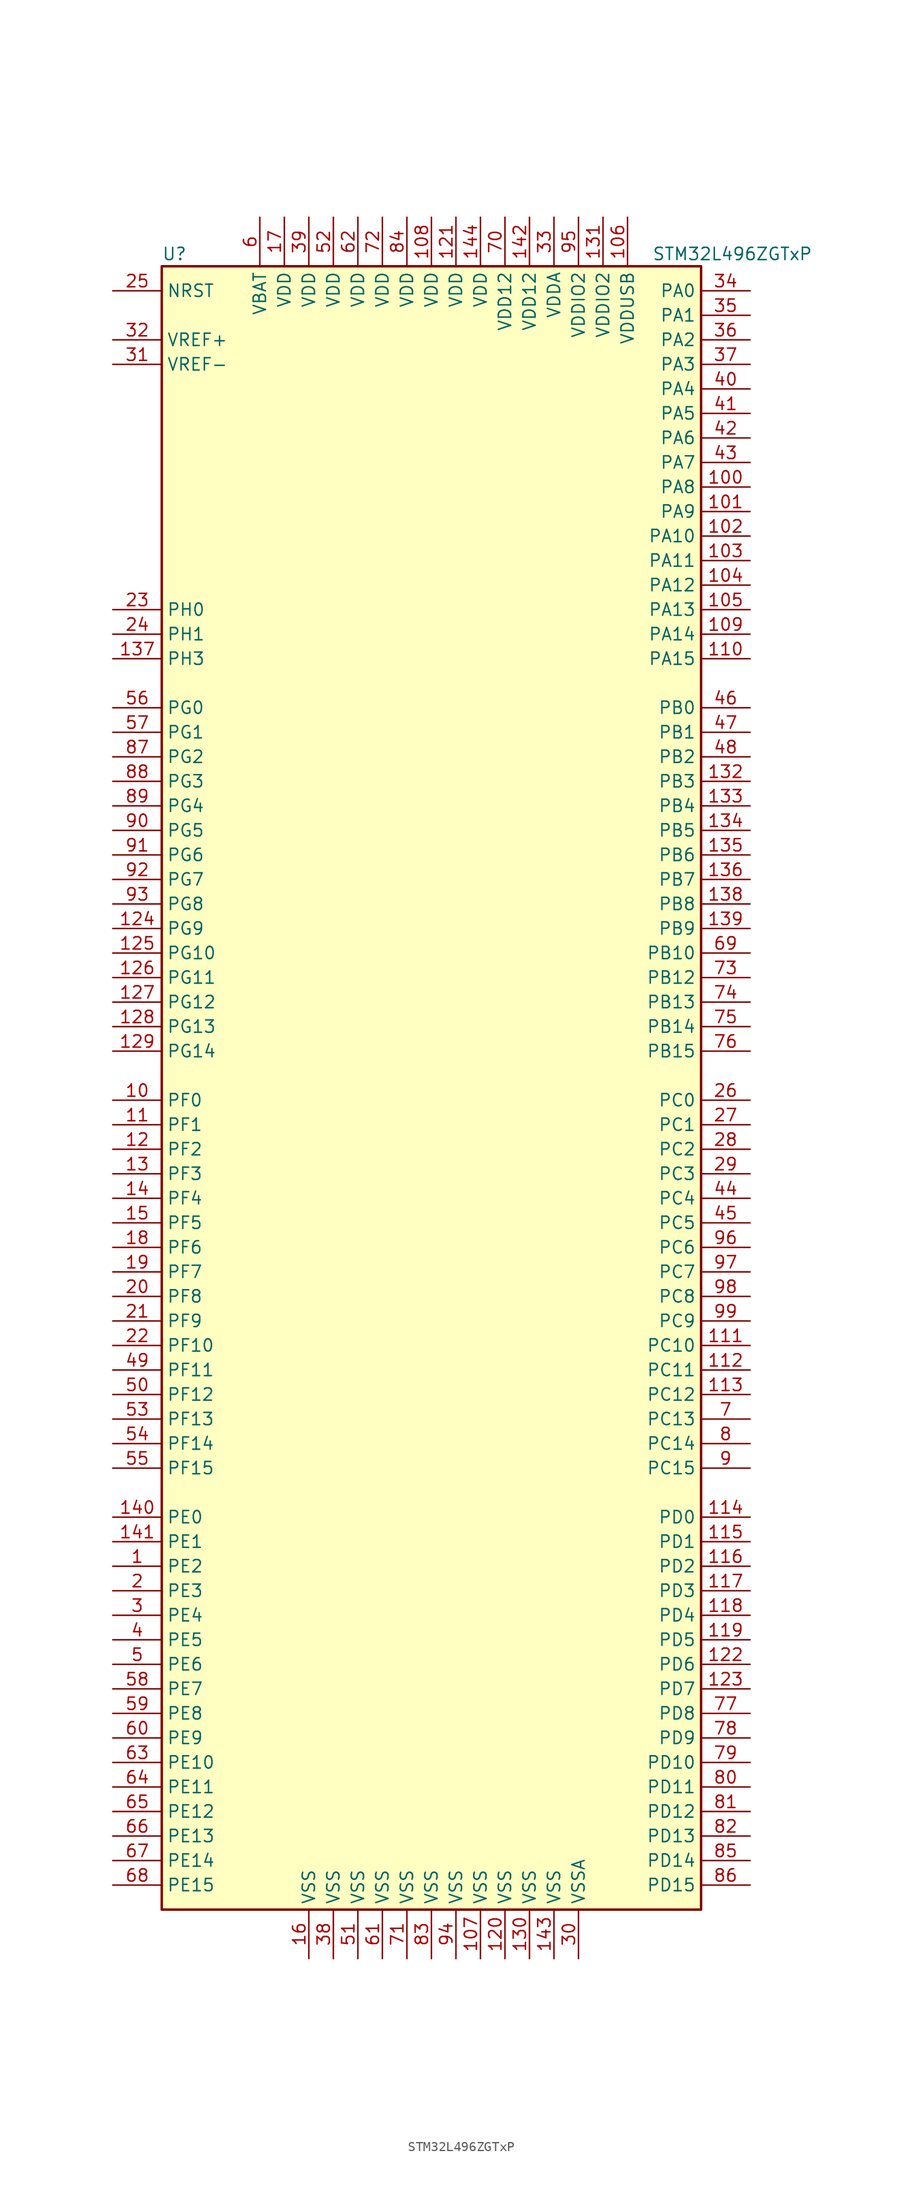
<source format=kicad_sym>
(kicad_symbol_lib
  (version 20201005)
  (generator kicad_symbol_editor)
  (symbol "MCU_ST_STM32L4:STM32L496ZGTxP"
    (property "Reference" "U"
      (at -27.94 85.09 0)
      (effects (font (size 1.27 1.27)) (justify left)))
    (property "Value" "STM32L496ZGTxP"
      (at 22.86 85.09 0)
      (effects (font (size 1.27 1.27)) (justify left)))
    (symbol "STM32L496ZGTxP_0_1"
      (rectangle (start -27.94 -86.36) (end 27.94 83.82) (stroke (width 0.254)) (fill (type background))))
    (symbol "STM32L496ZGTxP_1_1"
      (pin bidirectional line (at -33.02 -50.8 0) (length 5.08) (name "PE2" (effects (font (size 1.27 1.27)))) (number "1" (effects (font (size 1.27 1.27)))))
      (pin bidirectional line (at -33.02 -2.54 0) (length 5.08) (name "PF0" (effects (font (size 1.27 1.27)))) (number "10" (effects (font (size 1.27 1.27)))))
      (pin bidirectional line (at 33.02 60.96 180) (length 5.08) (name "PA8" (effects (font (size 1.27 1.27)))) (number "100" (effects (font (size 1.27 1.27)))))
      (pin bidirectional line (at 33.02 58.42 180) (length 5.08) (name "PA9" (effects (font (size 1.27 1.27)))) (number "101" (effects (font (size 1.27 1.27)))))
      (pin bidirectional line (at 33.02 55.88 180) (length 5.08) (name "PA10" (effects (font (size 1.27 1.27)))) (number "102" (effects (font (size 1.27 1.27)))))
      (pin bidirectional line (at 33.02 53.34 180) (length 5.08) (name "PA11" (effects (font (size 1.27 1.27)))) (number "103" (effects (font (size 1.27 1.27)))))
      (pin bidirectional line (at 33.02 50.8 180) (length 5.08) (name "PA12" (effects (font (size 1.27 1.27)))) (number "104" (effects (font (size 1.27 1.27)))))
      (pin bidirectional line (at 33.02 48.26 180) (length 5.08) (name "PA13" (effects (font (size 1.27 1.27)))) (number "105" (effects (font (size 1.27 1.27)))))
      (pin power_in line (at 20.32 88.9 270) (length 5.08) (name "VDDUSB" (effects (font (size 1.27 1.27)))) (number "106" (effects (font (size 1.27 1.27)))))
      (pin power_in line (at 5.08 -91.44 90) (length 5.08) (name "VSS" (effects (font (size 1.27 1.27)))) (number "107" (effects (font (size 1.27 1.27)))))
      (pin power_in line (at 0 88.9 270) (length 5.08) (name "VDD" (effects (font (size 1.27 1.27)))) (number "108" (effects (font (size 1.27 1.27)))))
      (pin bidirectional line (at 33.02 45.72 180) (length 5.08) (name "PA14" (effects (font (size 1.27 1.27)))) (number "109" (effects (font (size 1.27 1.27)))))
      (pin bidirectional line (at -33.02 -5.08 0) (length 5.08) (name "PF1" (effects (font (size 1.27 1.27)))) (number "11" (effects (font (size 1.27 1.27)))))
      (pin bidirectional line (at 33.02 43.18 180) (length 5.08) (name "PA15" (effects (font (size 1.27 1.27)))) (number "110" (effects (font (size 1.27 1.27)))))
      (pin bidirectional line (at 33.02 -27.94 180) (length 5.08) (name "PC10" (effects (font (size 1.27 1.27)))) (number "111" (effects (font (size 1.27 1.27)))))
      (pin bidirectional line (at 33.02 -30.48 180) (length 5.08) (name "PC11" (effects (font (size 1.27 1.27)))) (number "112" (effects (font (size 1.27 1.27)))))
      (pin bidirectional line (at 33.02 -33.02 180) (length 5.08) (name "PC12" (effects (font (size 1.27 1.27)))) (number "113" (effects (font (size 1.27 1.27)))))
      (pin bidirectional line (at 33.02 -45.72 180) (length 5.08) (name "PD0" (effects (font (size 1.27 1.27)))) (number "114" (effects (font (size 1.27 1.27)))))
      (pin bidirectional line (at 33.02 -48.26 180) (length 5.08) (name "PD1" (effects (font (size 1.27 1.27)))) (number "115" (effects (font (size 1.27 1.27)))))
      (pin bidirectional line (at 33.02 -50.8 180) (length 5.08) (name "PD2" (effects (font (size 1.27 1.27)))) (number "116" (effects (font (size 1.27 1.27)))))
      (pin bidirectional line (at 33.02 -53.34 180) (length 5.08) (name "PD3" (effects (font (size 1.27 1.27)))) (number "117" (effects (font (size 1.27 1.27)))))
      (pin bidirectional line (at 33.02 -55.88 180) (length 5.08) (name "PD4" (effects (font (size 1.27 1.27)))) (number "118" (effects (font (size 1.27 1.27)))))
      (pin bidirectional line (at 33.02 -58.42 180) (length 5.08) (name "PD5" (effects (font (size 1.27 1.27)))) (number "119" (effects (font (size 1.27 1.27)))))
      (pin bidirectional line (at -33.02 -7.62 0) (length 5.08) (name "PF2" (effects (font (size 1.27 1.27)))) (number "12" (effects (font (size 1.27 1.27)))))
      (pin power_in line (at 7.62 -91.44 90) (length 5.08) (name "VSS" (effects (font (size 1.27 1.27)))) (number "120" (effects (font (size 1.27 1.27)))))
      (pin power_in line (at 2.54 88.9 270) (length 5.08) (name "VDD" (effects (font (size 1.27 1.27)))) (number "121" (effects (font (size 1.27 1.27)))))
      (pin bidirectional line (at 33.02 -60.96 180) (length 5.08) (name "PD6" (effects (font (size 1.27 1.27)))) (number "122" (effects (font (size 1.27 1.27)))))
      (pin bidirectional line (at 33.02 -63.5 180) (length 5.08) (name "PD7" (effects (font (size 1.27 1.27)))) (number "123" (effects (font (size 1.27 1.27)))))
      (pin bidirectional line (at -33.02 15.24 0) (length 5.08) (name "PG9" (effects (font (size 1.27 1.27)))) (number "124" (effects (font (size 1.27 1.27)))))
      (pin bidirectional line (at -33.02 12.7 0) (length 5.08) (name "PG10" (effects (font (size 1.27 1.27)))) (number "125" (effects (font (size 1.27 1.27)))))
      (pin bidirectional line (at -33.02 10.16 0) (length 5.08) (name "PG11" (effects (font (size 1.27 1.27)))) (number "126" (effects (font (size 1.27 1.27)))))
      (pin bidirectional line (at -33.02 7.62 0) (length 5.08) (name "PG12" (effects (font (size 1.27 1.27)))) (number "127" (effects (font (size 1.27 1.27)))))
      (pin bidirectional line (at -33.02 5.08 0) (length 5.08) (name "PG13" (effects (font (size 1.27 1.27)))) (number "128" (effects (font (size 1.27 1.27)))))
      (pin bidirectional line (at -33.02 2.54 0) (length 5.08) (name "PG14" (effects (font (size 1.27 1.27)))) (number "129" (effects (font (size 1.27 1.27)))))
      (pin bidirectional line (at -33.02 -10.16 0) (length 5.08) (name "PF3" (effects (font (size 1.27 1.27)))) (number "13" (effects (font (size 1.27 1.27)))))
      (pin power_in line (at 10.16 -91.44 90) (length 5.08) (name "VSS" (effects (font (size 1.27 1.27)))) (number "130" (effects (font (size 1.27 1.27)))))
      (pin power_in line (at 17.78 88.9 270) (length 5.08) (name "VDDIO2" (effects (font (size 1.27 1.27)))) (number "131" (effects (font (size 1.27 1.27)))))
      (pin bidirectional line (at 33.02 30.48 180) (length 5.08) (name "PB3" (effects (font (size 1.27 1.27)))) (number "132" (effects (font (size 1.27 1.27)))))
      (pin bidirectional line (at 33.02 27.94 180) (length 5.08) (name "PB4" (effects (font (size 1.27 1.27)))) (number "133" (effects (font (size 1.27 1.27)))))
      (pin bidirectional line (at 33.02 25.4 180) (length 5.08) (name "PB5" (effects (font (size 1.27 1.27)))) (number "134" (effects (font (size 1.27 1.27)))))
      (pin bidirectional line (at 33.02 22.86 180) (length 5.08) (name "PB6" (effects (font (size 1.27 1.27)))) (number "135" (effects (font (size 1.27 1.27)))))
      (pin bidirectional line (at 33.02 20.32 180) (length 5.08) (name "PB7" (effects (font (size 1.27 1.27)))) (number "136" (effects (font (size 1.27 1.27)))))
      (pin bidirectional line (at -33.02 43.18 0) (length 5.08) (name "PH3" (effects (font (size 1.27 1.27)))) (number "137" (effects (font (size 1.27 1.27)))))
      (pin bidirectional line (at 33.02 17.78 180) (length 5.08) (name "PB8" (effects (font (size 1.27 1.27)))) (number "138" (effects (font (size 1.27 1.27)))))
      (pin bidirectional line (at 33.02 15.24 180) (length 5.08) (name "PB9" (effects (font (size 1.27 1.27)))) (number "139" (effects (font (size 1.27 1.27)))))
      (pin bidirectional line (at -33.02 -12.7 0) (length 5.08) (name "PF4" (effects (font (size 1.27 1.27)))) (number "14" (effects (font (size 1.27 1.27)))))
      (pin bidirectional line (at -33.02 -45.72 0) (length 5.08) (name "PE0" (effects (font (size 1.27 1.27)))) (number "140" (effects (font (size 1.27 1.27)))))
      (pin bidirectional line (at -33.02 -48.26 0) (length 5.08) (name "PE1" (effects (font (size 1.27 1.27)))) (number "141" (effects (font (size 1.27 1.27)))))
      (pin power_in line (at 10.16 88.9 270) (length 5.08) (name "VDD12" (effects (font (size 1.27 1.27)))) (number "142" (effects (font (size 1.27 1.27)))))
      (pin power_in line (at 12.7 -91.44 90) (length 5.08) (name "VSS" (effects (font (size 1.27 1.27)))) (number "143" (effects (font (size 1.27 1.27)))))
      (pin power_in line (at 5.08 88.9 270) (length 5.08) (name "VDD" (effects (font (size 1.27 1.27)))) (number "144" (effects (font (size 1.27 1.27)))))
      (pin bidirectional line (at -33.02 -15.24 0) (length 5.08) (name "PF5" (effects (font (size 1.27 1.27)))) (number "15" (effects (font (size 1.27 1.27)))))
      (pin power_in line (at -12.7 -91.44 90) (length 5.08) (name "VSS" (effects (font (size 1.27 1.27)))) (number "16" (effects (font (size 1.27 1.27)))))
      (pin power_in line (at -15.24 88.9 270) (length 5.08) (name "VDD" (effects (font (size 1.27 1.27)))) (number "17" (effects (font (size 1.27 1.27)))))
      (pin bidirectional line (at -33.02 -17.78 0) (length 5.08) (name "PF6" (effects (font (size 1.27 1.27)))) (number "18" (effects (font (size 1.27 1.27)))))
      (pin bidirectional line (at -33.02 -20.32 0) (length 5.08) (name "PF7" (effects (font (size 1.27 1.27)))) (number "19" (effects (font (size 1.27 1.27)))))
      (pin bidirectional line (at -33.02 -53.34 0) (length 5.08) (name "PE3" (effects (font (size 1.27 1.27)))) (number "2" (effects (font (size 1.27 1.27)))))
      (pin bidirectional line (at -33.02 -22.86 0) (length 5.08) (name "PF8" (effects (font (size 1.27 1.27)))) (number "20" (effects (font (size 1.27 1.27)))))
      (pin bidirectional line (at -33.02 -25.4 0) (length 5.08) (name "PF9" (effects (font (size 1.27 1.27)))) (number "21" (effects (font (size 1.27 1.27)))))
      (pin bidirectional line (at -33.02 -27.94 0) (length 5.08) (name "PF10" (effects (font (size 1.27 1.27)))) (number "22" (effects (font (size 1.27 1.27)))))
      (pin input line (at -33.02 48.26 0) (length 5.08) (name "PH0" (effects (font (size 1.27 1.27)))) (number "23" (effects (font (size 1.27 1.27)))))
      (pin input line (at -33.02 45.72 0) (length 5.08) (name "PH1" (effects (font (size 1.27 1.27)))) (number "24" (effects (font (size 1.27 1.27)))))
      (pin input line (at -33.02 81.28 0) (length 5.08) (name "NRST" (effects (font (size 1.27 1.27)))) (number "25" (effects (font (size 1.27 1.27)))))
      (pin bidirectional line (at 33.02 -2.54 180) (length 5.08) (name "PC0" (effects (font (size 1.27 1.27)))) (number "26" (effects (font (size 1.27 1.27)))))
      (pin bidirectional line (at 33.02 -5.08 180) (length 5.08) (name "PC1" (effects (font (size 1.27 1.27)))) (number "27" (effects (font (size 1.27 1.27)))))
      (pin bidirectional line (at 33.02 -7.62 180) (length 5.08) (name "PC2" (effects (font (size 1.27 1.27)))) (number "28" (effects (font (size 1.27 1.27)))))
      (pin bidirectional line (at 33.02 -10.16 180) (length 5.08) (name "PC3" (effects (font (size 1.27 1.27)))) (number "29" (effects (font (size 1.27 1.27)))))
      (pin bidirectional line (at -33.02 -55.88 0) (length 5.08) (name "PE4" (effects (font (size 1.27 1.27)))) (number "3" (effects (font (size 1.27 1.27)))))
      (pin power_in line (at 15.24 -91.44 90) (length 5.08) (name "VSSA" (effects (font (size 1.27 1.27)))) (number "30" (effects (font (size 1.27 1.27)))))
      (pin power_in line (at -33.02 73.66 0) (length 5.08) (name "VREF-" (effects (font (size 1.27 1.27)))) (number "31" (effects (font (size 1.27 1.27)))))
      (pin bidirectional line (at -33.02 76.2 0) (length 5.08) (name "VREF+" (effects (font (size 1.27 1.27)))) (number "32" (effects (font (size 1.27 1.27)))))
      (pin power_in line (at 12.7 88.9 270) (length 5.08) (name "VDDA" (effects (font (size 1.27 1.27)))) (number "33" (effects (font (size 1.27 1.27)))))
      (pin bidirectional line (at 33.02 81.28 180) (length 5.08) (name "PA0" (effects (font (size 1.27 1.27)))) (number "34" (effects (font (size 1.27 1.27)))))
      (pin bidirectional line (at 33.02 78.74 180) (length 5.08) (name "PA1" (effects (font (size 1.27 1.27)))) (number "35" (effects (font (size 1.27 1.27)))))
      (pin bidirectional line (at 33.02 76.2 180) (length 5.08) (name "PA2" (effects (font (size 1.27 1.27)))) (number "36" (effects (font (size 1.27 1.27)))))
      (pin bidirectional line (at 33.02 73.66 180) (length 5.08) (name "PA3" (effects (font (size 1.27 1.27)))) (number "37" (effects (font (size 1.27 1.27)))))
      (pin power_in line (at -10.16 -91.44 90) (length 5.08) (name "VSS" (effects (font (size 1.27 1.27)))) (number "38" (effects (font (size 1.27 1.27)))))
      (pin power_in line (at -12.7 88.9 270) (length 5.08) (name "VDD" (effects (font (size 1.27 1.27)))) (number "39" (effects (font (size 1.27 1.27)))))
      (pin bidirectional line (at -33.02 -58.42 0) (length 5.08) (name "PE5" (effects (font (size 1.27 1.27)))) (number "4" (effects (font (size 1.27 1.27)))))
      (pin bidirectional line (at 33.02 71.12 180) (length 5.08) (name "PA4" (effects (font (size 1.27 1.27)))) (number "40" (effects (font (size 1.27 1.27)))))
      (pin bidirectional line (at 33.02 68.58 180) (length 5.08) (name "PA5" (effects (font (size 1.27 1.27)))) (number "41" (effects (font (size 1.27 1.27)))))
      (pin bidirectional line (at 33.02 66.04 180) (length 5.08) (name "PA6" (effects (font (size 1.27 1.27)))) (number "42" (effects (font (size 1.27 1.27)))))
      (pin bidirectional line (at 33.02 63.5 180) (length 5.08) (name "PA7" (effects (font (size 1.27 1.27)))) (number "43" (effects (font (size 1.27 1.27)))))
      (pin bidirectional line (at 33.02 -12.7 180) (length 5.08) (name "PC4" (effects (font (size 1.27 1.27)))) (number "44" (effects (font (size 1.27 1.27)))))
      (pin bidirectional line (at 33.02 -15.24 180) (length 5.08) (name "PC5" (effects (font (size 1.27 1.27)))) (number "45" (effects (font (size 1.27 1.27)))))
      (pin bidirectional line (at 33.02 38.1 180) (length 5.08) (name "PB0" (effects (font (size 1.27 1.27)))) (number "46" (effects (font (size 1.27 1.27)))))
      (pin bidirectional line (at 33.02 35.56 180) (length 5.08) (name "PB1" (effects (font (size 1.27 1.27)))) (number "47" (effects (font (size 1.27 1.27)))))
      (pin bidirectional line (at 33.02 33.02 180) (length 5.08) (name "PB2" (effects (font (size 1.27 1.27)))) (number "48" (effects (font (size 1.27 1.27)))))
      (pin bidirectional line (at -33.02 -30.48 0) (length 5.08) (name "PF11" (effects (font (size 1.27 1.27)))) (number "49" (effects (font (size 1.27 1.27)))))
      (pin bidirectional line (at -33.02 -60.96 0) (length 5.08) (name "PE6" (effects (font (size 1.27 1.27)))) (number "5" (effects (font (size 1.27 1.27)))))
      (pin bidirectional line (at -33.02 -33.02 0) (length 5.08) (name "PF12" (effects (font (size 1.27 1.27)))) (number "50" (effects (font (size 1.27 1.27)))))
      (pin power_in line (at -7.62 -91.44 90) (length 5.08) (name "VSS" (effects (font (size 1.27 1.27)))) (number "51" (effects (font (size 1.27 1.27)))))
      (pin power_in line (at -10.16 88.9 270) (length 5.08) (name "VDD" (effects (font (size 1.27 1.27)))) (number "52" (effects (font (size 1.27 1.27)))))
      (pin bidirectional line (at -33.02 -35.56 0) (length 5.08) (name "PF13" (effects (font (size 1.27 1.27)))) (number "53" (effects (font (size 1.27 1.27)))))
      (pin bidirectional line (at -33.02 -38.1 0) (length 5.08) (name "PF14" (effects (font (size 1.27 1.27)))) (number "54" (effects (font (size 1.27 1.27)))))
      (pin bidirectional line (at -33.02 -40.64 0) (length 5.08) (name "PF15" (effects (font (size 1.27 1.27)))) (number "55" (effects (font (size 1.27 1.27)))))
      (pin bidirectional line (at -33.02 38.1 0) (length 5.08) (name "PG0" (effects (font (size 1.27 1.27)))) (number "56" (effects (font (size 1.27 1.27)))))
      (pin bidirectional line (at -33.02 35.56 0) (length 5.08) (name "PG1" (effects (font (size 1.27 1.27)))) (number "57" (effects (font (size 1.27 1.27)))))
      (pin bidirectional line (at -33.02 -63.5 0) (length 5.08) (name "PE7" (effects (font (size 1.27 1.27)))) (number "58" (effects (font (size 1.27 1.27)))))
      (pin bidirectional line (at -33.02 -66.04 0) (length 5.08) (name "PE8" (effects (font (size 1.27 1.27)))) (number "59" (effects (font (size 1.27 1.27)))))
      (pin power_in line (at -17.78 88.9 270) (length 5.08) (name "VBAT" (effects (font (size 1.27 1.27)))) (number "6" (effects (font (size 1.27 1.27)))))
      (pin bidirectional line (at -33.02 -68.58 0) (length 5.08) (name "PE9" (effects (font (size 1.27 1.27)))) (number "60" (effects (font (size 1.27 1.27)))))
      (pin power_in line (at -5.08 -91.44 90) (length 5.08) (name "VSS" (effects (font (size 1.27 1.27)))) (number "61" (effects (font (size 1.27 1.27)))))
      (pin power_in line (at -7.62 88.9 270) (length 5.08) (name "VDD" (effects (font (size 1.27 1.27)))) (number "62" (effects (font (size 1.27 1.27)))))
      (pin bidirectional line (at -33.02 -71.12 0) (length 5.08) (name "PE10" (effects (font (size 1.27 1.27)))) (number "63" (effects (font (size 1.27 1.27)))))
      (pin bidirectional line (at -33.02 -73.66 0) (length 5.08) (name "PE11" (effects (font (size 1.27 1.27)))) (number "64" (effects (font (size 1.27 1.27)))))
      (pin bidirectional line (at -33.02 -76.2 0) (length 5.08) (name "PE12" (effects (font (size 1.27 1.27)))) (number "65" (effects (font (size 1.27 1.27)))))
      (pin bidirectional line (at -33.02 -78.74 0) (length 5.08) (name "PE13" (effects (font (size 1.27 1.27)))) (number "66" (effects (font (size 1.27 1.27)))))
      (pin bidirectional line (at -33.02 -81.28 0) (length 5.08) (name "PE14" (effects (font (size 1.27 1.27)))) (number "67" (effects (font (size 1.27 1.27)))))
      (pin bidirectional line (at -33.02 -83.82 0) (length 5.08) (name "PE15" (effects (font (size 1.27 1.27)))) (number "68" (effects (font (size 1.27 1.27)))))
      (pin bidirectional line (at 33.02 12.7 180) (length 5.08) (name "PB10" (effects (font (size 1.27 1.27)))) (number "69" (effects (font (size 1.27 1.27)))))
      (pin bidirectional line (at 33.02 -35.56 180) (length 5.08) (name "PC13" (effects (font (size 1.27 1.27)))) (number "7" (effects (font (size 1.27 1.27)))))
      (pin power_in line (at 7.62 88.9 270) (length 5.08) (name "VDD12" (effects (font (size 1.27 1.27)))) (number "70" (effects (font (size 1.27 1.27)))))
      (pin power_in line (at -2.54 -91.44 90) (length 5.08) (name "VSS" (effects (font (size 1.27 1.27)))) (number "71" (effects (font (size 1.27 1.27)))))
      (pin power_in line (at -5.08 88.9 270) (length 5.08) (name "VDD" (effects (font (size 1.27 1.27)))) (number "72" (effects (font (size 1.27 1.27)))))
      (pin bidirectional line (at 33.02 10.16 180) (length 5.08) (name "PB12" (effects (font (size 1.27 1.27)))) (number "73" (effects (font (size 1.27 1.27)))))
      (pin bidirectional line (at 33.02 7.62 180) (length 5.08) (name "PB13" (effects (font (size 1.27 1.27)))) (number "74" (effects (font (size 1.27 1.27)))))
      (pin bidirectional line (at 33.02 5.08 180) (length 5.08) (name "PB14" (effects (font (size 1.27 1.27)))) (number "75" (effects (font (size 1.27 1.27)))))
      (pin bidirectional line (at 33.02 2.54 180) (length 5.08) (name "PB15" (effects (font (size 1.27 1.27)))) (number "76" (effects (font (size 1.27 1.27)))))
      (pin bidirectional line (at 33.02 -66.04 180) (length 5.08) (name "PD8" (effects (font (size 1.27 1.27)))) (number "77" (effects (font (size 1.27 1.27)))))
      (pin bidirectional line (at 33.02 -68.58 180) (length 5.08) (name "PD9" (effects (font (size 1.27 1.27)))) (number "78" (effects (font (size 1.27 1.27)))))
      (pin bidirectional line (at 33.02 -71.12 180) (length 5.08) (name "PD10" (effects (font (size 1.27 1.27)))) (number "79" (effects (font (size 1.27 1.27)))))
      (pin bidirectional line (at 33.02 -38.1 180) (length 5.08) (name "PC14" (effects (font (size 1.27 1.27)))) (number "8" (effects (font (size 1.27 1.27)))))
      (pin bidirectional line (at 33.02 -73.66 180) (length 5.08) (name "PD11" (effects (font (size 1.27 1.27)))) (number "80" (effects (font (size 1.27 1.27)))))
      (pin bidirectional line (at 33.02 -76.2 180) (length 5.08) (name "PD12" (effects (font (size 1.27 1.27)))) (number "81" (effects (font (size 1.27 1.27)))))
      (pin bidirectional line (at 33.02 -78.74 180) (length 5.08) (name "PD13" (effects (font (size 1.27 1.27)))) (number "82" (effects (font (size 1.27 1.27)))))
      (pin power_in line (at 0 -91.44 90) (length 5.08) (name "VSS" (effects (font (size 1.27 1.27)))) (number "83" (effects (font (size 1.27 1.27)))))
      (pin power_in line (at -2.54 88.9 270) (length 5.08) (name "VDD" (effects (font (size 1.27 1.27)))) (number "84" (effects (font (size 1.27 1.27)))))
      (pin bidirectional line (at 33.02 -81.28 180) (length 5.08) (name "PD14" (effects (font (size 1.27 1.27)))) (number "85" (effects (font (size 1.27 1.27)))))
      (pin bidirectional line (at 33.02 -83.82 180) (length 5.08) (name "PD15" (effects (font (size 1.27 1.27)))) (number "86" (effects (font (size 1.27 1.27)))))
      (pin bidirectional line (at -33.02 33.02 0) (length 5.08) (name "PG2" (effects (font (size 1.27 1.27)))) (number "87" (effects (font (size 1.27 1.27)))))
      (pin bidirectional line (at -33.02 30.48 0) (length 5.08) (name "PG3" (effects (font (size 1.27 1.27)))) (number "88" (effects (font (size 1.27 1.27)))))
      (pin bidirectional line (at -33.02 27.94 0) (length 5.08) (name "PG4" (effects (font (size 1.27 1.27)))) (number "89" (effects (font (size 1.27 1.27)))))
      (pin bidirectional line (at 33.02 -40.64 180) (length 5.08) (name "PC15" (effects (font (size 1.27 1.27)))) (number "9" (effects (font (size 1.27 1.27)))))
      (pin bidirectional line (at -33.02 25.4 0) (length 5.08) (name "PG5" (effects (font (size 1.27 1.27)))) (number "90" (effects (font (size 1.27 1.27)))))
      (pin bidirectional line (at -33.02 22.86 0) (length 5.08) (name "PG6" (effects (font (size 1.27 1.27)))) (number "91" (effects (font (size 1.27 1.27)))))
      (pin bidirectional line (at -33.02 20.32 0) (length 5.08) (name "PG7" (effects (font (size 1.27 1.27)))) (number "92" (effects (font (size 1.27 1.27)))))
      (pin bidirectional line (at -33.02 17.78 0) (length 5.08) (name "PG8" (effects (font (size 1.27 1.27)))) (number "93" (effects (font (size 1.27 1.27)))))
      (pin power_in line (at 2.54 -91.44 90) (length 5.08) (name "VSS" (effects (font (size 1.27 1.27)))) (number "94" (effects (font (size 1.27 1.27)))))
      (pin power_in line (at 15.24 88.9 270) (length 5.08) (name "VDDIO2" (effects (font (size 1.27 1.27)))) (number "95" (effects (font (size 1.27 1.27)))))
      (pin bidirectional line (at 33.02 -17.78 180) (length 5.08) (name "PC6" (effects (font (size 1.27 1.27)))) (number "96" (effects (font (size 1.27 1.27)))))
      (pin bidirectional line (at 33.02 -20.32 180) (length 5.08) (name "PC7" (effects (font (size 1.27 1.27)))) (number "97" (effects (font (size 1.27 1.27)))))
      (pin bidirectional line (at 33.02 -22.86 180) (length 5.08) (name "PC8" (effects (font (size 1.27 1.27)))) (number "98" (effects (font (size 1.27 1.27)))))
      (pin bidirectional line (at 33.02 -25.4 180) (length 5.08) (name "PC9" (effects (font (size 1.27 1.27)))) (number "99" (effects (font (size 1.27 1.27))))))))
</source>
